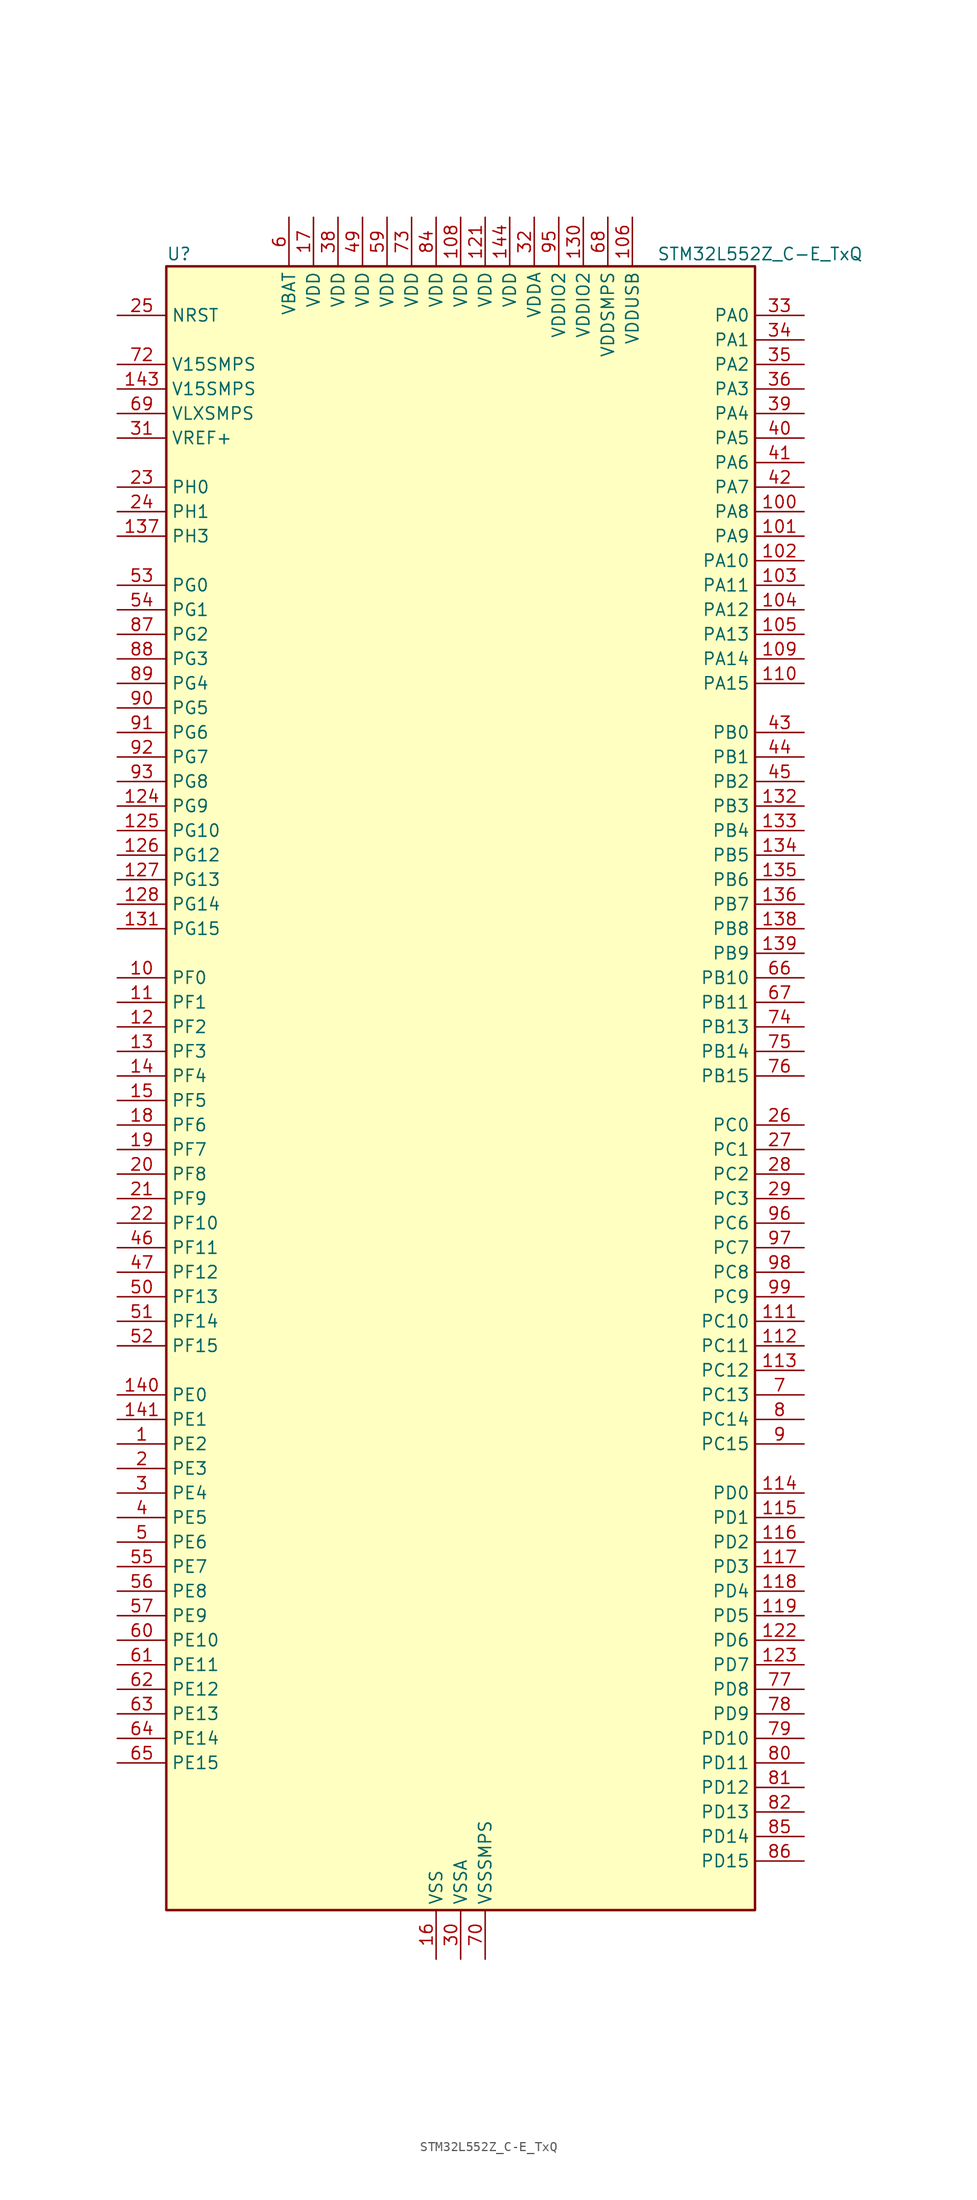
<source format=kicad_sym>
(kicad_symbol_lib
  (version 20241209)
  (generator "kicad_symbol_editor")
  (generator_version "9.0")
  (symbol "STM32L552Z_C-E_TxQ"
    (property "Reference" "U"
      (at -30.48 87.63 0)
      (effects (font (size 1.27 1.27)) (justify left)))
    (property "Value" "STM32L552Z_C-E_TxQ"
      (at 20.32 87.63 0)
      (effects (font (size 1.27 1.27)) (justify left)))
    (symbol "STM32L552Z_C-E_TxQ_0_1"
      (rectangle (start -30.48 -83.82) (end 30.48 86.36) (stroke (width 0.254) (type default)) (fill (type background))))
    (symbol "STM32L552Z_C-E_TxQ_1_1"
      (pin input line (at -35.56 81.28 0) (length 5.08) (name "NRST" (effects (font (size 1.27 1.27)))) (number "25" (effects (font (size 1.27 1.27)))))
      (pin power_in line (at -35.56 76.2 0) (length 5.08) (name "V15SMPS" (effects (font (size 1.27 1.27)))) (number "72" (effects (font (size 1.27 1.27)))))
      (pin power_in line (at -35.56 73.66 0) (length 5.08) (name "V15SMPS" (effects (font (size 1.27 1.27)))) (number "143" (effects (font (size 1.27 1.27)))))
      (pin power_in line (at -35.56 71.12 0) (length 5.08) (name "VLXSMPS" (effects (font (size 1.27 1.27)))) (number "69" (effects (font (size 1.27 1.27)))))
      (pin input line (at -35.56 68.58 0) (length 5.08) (name "VREF+" (effects (font (size 1.27 1.27)))) (number "31" (effects (font (size 1.27 1.27)))) (alternate "VREFBUF_OUT" bidirectional line))
      (pin bidirectional line (at -35.56 63.5 0) (length 5.08) (name "PH0" (effects (font (size 1.27 1.27)))) (number "23" (effects (font (size 1.27 1.27)))) (alternate "RCC_OSC_IN" bidirectional line))
      (pin bidirectional line (at -35.56 60.96 0) (length 5.08) (name "PH1" (effects (font (size 1.27 1.27)))) (number "24" (effects (font (size 1.27 1.27)))) (alternate "RCC_OSC_OUT" bidirectional line))
      (pin bidirectional line (at -35.56 58.42 0) (length 5.08) (name "PH3" (effects (font (size 1.27 1.27)))) (number "137" (effects (font (size 1.27 1.27)))))
      (pin bidirectional line (at -35.56 53.34 0) (length 5.08) (name "PG0" (effects (font (size 1.27 1.27)))) (number "53" (effects (font (size 1.27 1.27)))) (alternate "FMC_A10" bidirectional line) (alternate "TSC_G8_IO3" bidirectional line))
      (pin bidirectional line (at -35.56 50.8 0) (length 5.08) (name "PG1" (effects (font (size 1.27 1.27)))) (number "54" (effects (font (size 1.27 1.27)))) (alternate "FMC_A11" bidirectional line) (alternate "TSC_G8_IO4" bidirectional line))
      (pin bidirectional line (at -35.56 48.26 0) (length 5.08) (name "PG2" (effects (font (size 1.27 1.27)))) (number "87" (effects (font (size 1.27 1.27)))) (alternate "FMC_A12" bidirectional line) (alternate "SAI2_SCK_B" bidirectional line) (alternate "SPI1_SCK" bidirectional line))
      (pin bidirectional line (at -35.56 45.72 0) (length 5.08) (name "PG3" (effects (font (size 1.27 1.27)))) (number "88" (effects (font (size 1.27 1.27)))) (alternate "FMC_A13" bidirectional line) (alternate "SAI2_FS_B" bidirectional line) (alternate "SPI1_MISO" bidirectional line))
      (pin bidirectional line (at -35.56 43.18 0) (length 5.08) (name "PG4" (effects (font (size 1.27 1.27)))) (number "89" (effects (font (size 1.27 1.27)))) (alternate "FMC_A14" bidirectional line) (alternate "SAI2_MCLK_B" bidirectional line) (alternate "SPI1_MOSI" bidirectional line))
      (pin bidirectional line (at -35.56 40.64 0) (length 5.08) (name "PG5" (effects (font (size 1.27 1.27)))) (number "90" (effects (font (size 1.27 1.27)))) (alternate "FMC_A15" bidirectional line) (alternate "LPUART1_CTS" bidirectional line) (alternate "SAI2_SD_B" bidirectional line) (alternate "SPI1_NSS" bidirectional line))
      (pin bidirectional line (at -35.56 38.1 0) (length 5.08) (name "PG6" (effects (font (size 1.27 1.27)))) (number "91" (effects (font (size 1.27 1.27)))) (alternate "I2C3_SMBA" bidirectional line) (alternate "LPUART1_DE" bidirectional line) (alternate "LPUART1_RTS" bidirectional line) (alternate "OCTOSPI1_DQS" bidirectional line) (alternate "UCPD1_FRSTX1" bidirectional line))
      (pin bidirectional line (at -35.56 35.56 0) (length 5.08) (name "PG7" (effects (font (size 1.27 1.27)))) (number "92" (effects (font (size 1.27 1.27)))) (alternate "DFSDM1_CKOUT" bidirectional line) (alternate "FMC_INT" bidirectional line) (alternate "I2C3_SCL" bidirectional line) (alternate "LPUART1_TX" bidirectional line) (alternate "SAI1_CK1" bidirectional line) (alternate "SAI1_MCLK_A" bidirectional line) (alternate "UCPD1_FRSTX2" bidirectional line))
      (pin bidirectional line (at -35.56 33.02 0) (length 5.08) (name "PG8" (effects (font (size 1.27 1.27)))) (number "93" (effects (font (size 1.27 1.27)))) (alternate "I2C3_SDA" bidirectional line) (alternate "LPUART1_RX" bidirectional line))
      (pin bidirectional line (at -35.56 30.48 0) (length 5.08) (name "PG9" (effects (font (size 1.27 1.27)))) (number "124" (effects (font (size 1.27 1.27)))) (alternate "DAC1_EXTI9" bidirectional line) (alternate "FMC_NCE" bidirectional line) (alternate "FMC_NE2" bidirectional line) (alternate "SAI2_SCK_A" bidirectional line) (alternate "SPI3_SCK" bidirectional line) (alternate "TIM15_CH1N" bidirectional line) (alternate "USART1_TX" bidirectional line))
      (pin bidirectional line (at -35.56 27.94 0) (length 5.08) (name "PG10" (effects (font (size 1.27 1.27)))) (number "125" (effects (font (size 1.27 1.27)))) (alternate "FMC_NE3" bidirectional line) (alternate "LPTIM1_IN1" bidirectional line) (alternate "SAI2_FS_A" bidirectional line) (alternate "SPI3_MISO" bidirectional line) (alternate "TIM15_CH1" bidirectional line) (alternate "USART1_RX" bidirectional line))
      (pin bidirectional line (at -35.56 25.4 0) (length 5.08) (name "PG12" (effects (font (size 1.27 1.27)))) (number "126" (effects (font (size 1.27 1.27)))) (alternate "FMC_NE4" bidirectional line) (alternate "LPTIM1_ETR" bidirectional line) (alternate "SAI2_SD_A" bidirectional line) (alternate "SPI3_NSS" bidirectional line) (alternate "USART1_DE" bidirectional line) (alternate "USART1_RTS" bidirectional line))
      (pin bidirectional line (at -35.56 22.86 0) (length 5.08) (name "PG13" (effects (font (size 1.27 1.27)))) (number "127" (effects (font (size 1.27 1.27)))) (alternate "FMC_A24" bidirectional line) (alternate "I2C1_SDA" bidirectional line) (alternate "USART1_CK" bidirectional line))
      (pin bidirectional line (at -35.56 20.32 0) (length 5.08) (name "PG14" (effects (font (size 1.27 1.27)))) (number "128" (effects (font (size 1.27 1.27)))) (alternate "FMC_A25" bidirectional line) (alternate "I2C1_SCL" bidirectional line))
      (pin bidirectional line (at -35.56 17.78 0) (length 5.08) (name "PG15" (effects (font (size 1.27 1.27)))) (number "131" (effects (font (size 1.27 1.27)))) (alternate "ADC1_EXTI15" bidirectional line) (alternate "ADC2_EXTI15" bidirectional line) (alternate "I2C1_SMBA" bidirectional line) (alternate "LPTIM1_OUT" bidirectional line))
      (pin bidirectional line (at -35.56 12.7 0) (length 5.08) (name "PF0" (effects (font (size 1.27 1.27)))) (number "10" (effects (font (size 1.27 1.27)))) (alternate "FMC_A0" bidirectional line) (alternate "I2C2_SDA" bidirectional line))
      (pin bidirectional line (at -35.56 10.16 0) (length 5.08) (name "PF1" (effects (font (size 1.27 1.27)))) (number "11" (effects (font (size 1.27 1.27)))) (alternate "FMC_A1" bidirectional line) (alternate "I2C2_SCL" bidirectional line))
      (pin bidirectional line (at -35.56 7.62 0) (length 5.08) (name "PF2" (effects (font (size 1.27 1.27)))) (number "12" (effects (font (size 1.27 1.27)))) (alternate "FMC_A2" bidirectional line) (alternate "I2C2_SMBA" bidirectional line))
      (pin bidirectional line (at -35.56 5.08 0) (length 5.08) (name "PF3" (effects (font (size 1.27 1.27)))) (number "13" (effects (font (size 1.27 1.27)))) (alternate "FMC_A3" bidirectional line) (alternate "LPTIM3_IN1" bidirectional line))
      (pin bidirectional line (at -35.56 2.54 0) (length 5.08) (name "PF4" (effects (font (size 1.27 1.27)))) (number "14" (effects (font (size 1.27 1.27)))) (alternate "FMC_A4" bidirectional line) (alternate "LPTIM3_ETR" bidirectional line))
      (pin bidirectional line (at -35.56 0 0) (length 5.08) (name "PF5" (effects (font (size 1.27 1.27)))) (number "15" (effects (font (size 1.27 1.27)))) (alternate "FMC_A5" bidirectional line) (alternate "LPTIM3_OUT" bidirectional line))
      (pin bidirectional line (at -35.56 -2.54 0) (length 5.08) (name "PF6" (effects (font (size 1.27 1.27)))) (number "18" (effects (font (size 1.27 1.27)))) (alternate "OCTOSPI1_IO3" bidirectional line) (alternate "SAI1_SD_B" bidirectional line) (alternate "TIM5_CH1" bidirectional line) (alternate "TIM5_ETR" bidirectional line))
      (pin bidirectional line (at -35.56 -5.08 0) (length 5.08) (name "PF7" (effects (font (size 1.27 1.27)))) (number "19" (effects (font (size 1.27 1.27)))) (alternate "OCTOSPI1_IO2" bidirectional line) (alternate "SAI1_MCLK_B" bidirectional line) (alternate "TAMP_IN6" bidirectional line) (alternate "TAMP_OUT3" bidirectional line) (alternate "TIM5_CH2" bidirectional line))
      (pin bidirectional line (at -35.56 -7.62 0) (length 5.08) (name "PF8" (effects (font (size 1.27 1.27)))) (number "20" (effects (font (size 1.27 1.27)))) (alternate "OCTOSPI1_IO0" bidirectional line) (alternate "SAI1_SCK_B" bidirectional line) (alternate "TAMP_IN7" bidirectional line) (alternate "TAMP_OUT8" bidirectional line) (alternate "TIM5_CH3" bidirectional line))
      (pin bidirectional line (at -35.56 -10.16 0) (length 5.08) (name "PF9" (effects (font (size 1.27 1.27)))) (number "21" (effects (font (size 1.27 1.27)))) (alternate "DAC1_EXTI9" bidirectional line) (alternate "OCTOSPI1_IO1" bidirectional line) (alternate "SAI1_FS_B" bidirectional line) (alternate "TAMP_IN8" bidirectional line) (alternate "TAMP_OUT7" bidirectional line) (alternate "TIM15_CH1" bidirectional line) (alternate "TIM5_CH4" bidirectional line))
      (pin bidirectional line (at -35.56 -12.7 0) (length 5.08) (name "PF10" (effects (font (size 1.27 1.27)))) (number "22" (effects (font (size 1.27 1.27)))) (alternate "DFSDM1_CKOUT" bidirectional line) (alternate "OCTOSPI1_CLK" bidirectional line) (alternate "SAI1_D3" bidirectional line) (alternate "TIM15_CH2" bidirectional line))
      (pin bidirectional line (at -35.56 -15.24 0) (length 5.08) (name "PF11" (effects (font (size 1.27 1.27)))) (number "46" (effects (font (size 1.27 1.27)))) (alternate "ADC1_EXTI11" bidirectional line) (alternate "ADC2_EXTI11" bidirectional line) (alternate "OCTOSPI1_NCLK" bidirectional line))
      (pin bidirectional line (at -35.56 -17.78 0) (length 5.08) (name "PF12" (effects (font (size 1.27 1.27)))) (number "47" (effects (font (size 1.27 1.27)))) (alternate "FMC_A6" bidirectional line))
      (pin bidirectional line (at -35.56 -20.32 0) (length 5.08) (name "PF13" (effects (font (size 1.27 1.27)))) (number "50" (effects (font (size 1.27 1.27)))) (alternate "FMC_A7" bidirectional line) (alternate "I2C4_SMBA" bidirectional line))
      (pin bidirectional line (at -35.56 -22.86 0) (length 5.08) (name "PF14" (effects (font (size 1.27 1.27)))) (number "51" (effects (font (size 1.27 1.27)))) (alternate "FMC_A8" bidirectional line) (alternate "I2C4_SCL" bidirectional line) (alternate "TSC_G8_IO1" bidirectional line))
      (pin bidirectional line (at -35.56 -25.4 0) (length 5.08) (name "PF15" (effects (font (size 1.27 1.27)))) (number "52" (effects (font (size 1.27 1.27)))) (alternate "ADC1_EXTI15" bidirectional line) (alternate "ADC2_EXTI15" bidirectional line) (alternate "FMC_A9" bidirectional line) (alternate "I2C4_SDA" bidirectional line) (alternate "TSC_G8_IO2" bidirectional line))
      (pin bidirectional line (at -35.56 -30.48 0) (length 5.08) (name "PE0" (effects (font (size 1.27 1.27)))) (number "140" (effects (font (size 1.27 1.27)))) (alternate "FMC_NBL0" bidirectional line) (alternate "TIM16_CH1" bidirectional line) (alternate "TIM4_ETR" bidirectional line))
      (pin bidirectional line (at -35.56 -33.02 0) (length 5.08) (name "PE1" (effects (font (size 1.27 1.27)))) (number "141" (effects (font (size 1.27 1.27)))) (alternate "FMC_NBL1" bidirectional line) (alternate "TIM17_CH1" bidirectional line))
      (pin bidirectional line (at -35.56 -35.56 0) (length 5.08) (name "PE2" (effects (font (size 1.27 1.27)))) (number "1" (effects (font (size 1.27 1.27)))) (alternate "DEBUG_TRACECLK" bidirectional line) (alternate "FMC_A23" bidirectional line) (alternate "SAI1_CK1" bidirectional line) (alternate "SAI1_MCLK_A" bidirectional line) (alternate "TIM3_ETR" bidirectional line) (alternate "TSC_G7_IO1" bidirectional line))
      (pin bidirectional line (at -35.56 -38.1 0) (length 5.08) (name "PE3" (effects (font (size 1.27 1.27)))) (number "2" (effects (font (size 1.27 1.27)))) (alternate "DEBUG_TRACED0" bidirectional line) (alternate "FMC_A19" bidirectional line) (alternate "OCTOSPI1_DQS" bidirectional line) (alternate "SAI1_SD_B" bidirectional line) (alternate "TIM3_CH1" bidirectional line) (alternate "TSC_G7_IO2" bidirectional line))
      (pin bidirectional line (at -35.56 -40.64 0) (length 5.08) (name "PE4" (effects (font (size 1.27 1.27)))) (number "3" (effects (font (size 1.27 1.27)))) (alternate "DEBUG_TRACED1" bidirectional line) (alternate "DFSDM1_DATIN3" bidirectional line) (alternate "FMC_A20" bidirectional line) (alternate "SAI1_D2" bidirectional line) (alternate "SAI1_FS_A" bidirectional line) (alternate "TIM3_CH2" bidirectional line) (alternate "TSC_G7_IO3" bidirectional line))
      (pin bidirectional line (at -35.56 -43.18 0) (length 5.08) (name "PE5" (effects (font (size 1.27 1.27)))) (number "4" (effects (font (size 1.27 1.27)))) (alternate "DEBUG_TRACED2" bidirectional line) (alternate "DFSDM1_CKIN3" bidirectional line) (alternate "FMC_A21" bidirectional line) (alternate "SAI1_CK2" bidirectional line) (alternate "SAI1_SCK_A" bidirectional line) (alternate "TIM3_CH3" bidirectional line) (alternate "TSC_G7_IO4" bidirectional line))
      (pin bidirectional line (at -35.56 -45.72 0) (length 5.08) (name "PE6" (effects (font (size 1.27 1.27)))) (number "5" (effects (font (size 1.27 1.27)))) (alternate "DEBUG_TRACED3" bidirectional line) (alternate "FMC_A22" bidirectional line) (alternate "PWR_WKUP3" bidirectional line) (alternate "SAI1_D1" bidirectional line) (alternate "SAI1_SD_A" bidirectional line) (alternate "TAMP_IN3" bidirectional line) (alternate "TAMP_OUT6" bidirectional line) (alternate "TIM3_CH4" bidirectional line))
      (pin bidirectional line (at -35.56 -48.26 0) (length 5.08) (name "PE7" (effects (font (size 1.27 1.27)))) (number "55" (effects (font (size 1.27 1.27)))) (alternate "DFSDM1_DATIN2" bidirectional line) (alternate "FMC_D4" bidirectional line) (alternate "FMC_DA4" bidirectional line) (alternate "SAI1_SD_B" bidirectional line) (alternate "TIM1_ETR" bidirectional line))
      (pin bidirectional line (at -35.56 -50.8 0) (length 5.08) (name "PE8" (effects (font (size 1.27 1.27)))) (number "56" (effects (font (size 1.27 1.27)))) (alternate "DFSDM1_CKIN2" bidirectional line) (alternate "FMC_D5" bidirectional line) (alternate "FMC_DA5" bidirectional line) (alternate "SAI1_SCK_B" bidirectional line) (alternate "TIM1_CH1N" bidirectional line))
      (pin bidirectional line (at -35.56 -53.34 0) (length 5.08) (name "PE9" (effects (font (size 1.27 1.27)))) (number "57" (effects (font (size 1.27 1.27)))) (alternate "DAC1_EXTI9" bidirectional line) (alternate "DFSDM1_CKOUT" bidirectional line) (alternate "FMC_D6" bidirectional line) (alternate "FMC_DA6" bidirectional line) (alternate "OCTOSPI1_NCLK" bidirectional line) (alternate "SAI1_FS_B" bidirectional line) (alternate "TIM1_CH1" bidirectional line))
      (pin bidirectional line (at -35.56 -55.88 0) (length 5.08) (name "PE10" (effects (font (size 1.27 1.27)))) (number "60" (effects (font (size 1.27 1.27)))) (alternate "FMC_D7" bidirectional line) (alternate "FMC_DA7" bidirectional line) (alternate "OCTOSPI1_CLK" bidirectional line) (alternate "SAI1_MCLK_B" bidirectional line) (alternate "TIM1_CH2N" bidirectional line) (alternate "TSC_G5_IO1" bidirectional line))
      (pin bidirectional line (at -35.56 -58.42 0) (length 5.08) (name "PE11" (effects (font (size 1.27 1.27)))) (number "61" (effects (font (size 1.27 1.27)))) (alternate "ADC1_EXTI11" bidirectional line) (alternate "ADC2_EXTI11" bidirectional line) (alternate "FMC_D8" bidirectional line) (alternate "FMC_DA8" bidirectional line) (alternate "OCTOSPI1_NCS" bidirectional line) (alternate "TIM1_CH2" bidirectional line) (alternate "TSC_G5_IO2" bidirectional line))
      (pin bidirectional line (at -35.56 -60.96 0) (length 5.08) (name "PE12" (effects (font (size 1.27 1.27)))) (number "62" (effects (font (size 1.27 1.27)))) (alternate "FMC_D9" bidirectional line) (alternate "FMC_DA9" bidirectional line) (alternate "OCTOSPI1_IO0" bidirectional line) (alternate "SPI1_NSS" bidirectional line) (alternate "TIM1_CH3N" bidirectional line) (alternate "TSC_G5_IO3" bidirectional line))
      (pin bidirectional line (at -35.56 -63.5 0) (length 5.08) (name "PE13" (effects (font (size 1.27 1.27)))) (number "63" (effects (font (size 1.27 1.27)))) (alternate "FMC_D10" bidirectional line) (alternate "FMC_DA10" bidirectional line) (alternate "OCTOSPI1_IO1" bidirectional line) (alternate "SPI1_SCK" bidirectional line) (alternate "TIM1_CH3" bidirectional line) (alternate "TSC_G5_IO4" bidirectional line))
      (pin bidirectional line (at -35.56 -66.04 0) (length 5.08) (name "PE14" (effects (font (size 1.27 1.27)))) (number "64" (effects (font (size 1.27 1.27)))) (alternate "FMC_D11" bidirectional line) (alternate "FMC_DA11" bidirectional line) (alternate "OCTOSPI1_IO2" bidirectional line) (alternate "SPI1_MISO" bidirectional line) (alternate "TIM1_BKIN2" bidirectional line) (alternate "TIM1_CH4" bidirectional line))
      (pin bidirectional line (at -35.56 -68.58 0) (length 5.08) (name "PE15" (effects (font (size 1.27 1.27)))) (number "65" (effects (font (size 1.27 1.27)))) (alternate "ADC1_EXTI15" bidirectional line) (alternate "ADC2_EXTI15" bidirectional line) (alternate "FMC_D12" bidirectional line) (alternate "FMC_DA12" bidirectional line) (alternate "OCTOSPI1_IO3" bidirectional line) (alternate "SPI1_MOSI" bidirectional line) (alternate "TIM1_BKIN" bidirectional line))
      (pin power_in line (at -17.78 91.44 270) (length 5.08) (name "VBAT" (effects (font (size 1.27 1.27)))) (number "6" (effects (font (size 1.27 1.27)))))
      (pin power_in line (at -15.24 91.44 270) (length 5.08) (name "VDD" (effects (font (size 1.27 1.27)))) (number "17" (effects (font (size 1.27 1.27)))))
      (pin power_in line (at -12.7 91.44 270) (length 5.08) (name "VDD" (effects (font (size 1.27 1.27)))) (number "38" (effects (font (size 1.27 1.27)))))
      (pin power_in line (at -10.16 91.44 270) (length 5.08) (name "VDD" (effects (font (size 1.27 1.27)))) (number "49" (effects (font (size 1.27 1.27)))))
      (pin power_in line (at -7.62 91.44 270) (length 5.08) (name "VDD" (effects (font (size 1.27 1.27)))) (number "59" (effects (font (size 1.27 1.27)))))
      (pin power_in line (at -5.08 91.44 270) (length 5.08) (name "VDD" (effects (font (size 1.27 1.27)))) (number "73" (effects (font (size 1.27 1.27)))))
      (pin power_in line (at -2.54 91.44 270) (length 5.08) (name "VDD" (effects (font (size 1.27 1.27)))) (number "84" (effects (font (size 1.27 1.27)))))
      (pin passive line (at -2.54 -88.9 90) (length 5.08) (hide yes) (name "VSS" (effects (font (size 1.27 1.27)))) (number "107" (effects (font (size 1.27 1.27)))))
      (pin passive line (at -2.54 -88.9 90) (length 5.08) (hide yes) (name "VSS" (effects (font (size 1.27 1.27)))) (number "120" (effects (font (size 1.27 1.27)))))
      (pin passive line (at -2.54 -88.9 90) (length 5.08) (hide yes) (name "VSS" (effects (font (size 1.27 1.27)))) (number "129" (effects (font (size 1.27 1.27)))))
      (pin passive line (at -2.54 -88.9 90) (length 5.08) (hide yes) (name "VSS" (effects (font (size 1.27 1.27)))) (number "142" (effects (font (size 1.27 1.27)))))
      (pin power_in line (at -2.54 -88.9 90) (length 5.08) (name "VSS" (effects (font (size 1.27 1.27)))) (number "16" (effects (font (size 1.27 1.27)))))
      (pin passive line (at -2.54 -88.9 90) (length 5.08) (hide yes) (name "VSS" (effects (font (size 1.27 1.27)))) (number "37" (effects (font (size 1.27 1.27)))))
      (pin passive line (at -2.54 -88.9 90) (length 5.08) (hide yes) (name "VSS" (effects (font (size 1.27 1.27)))) (number "48" (effects (font (size 1.27 1.27)))))
      (pin passive line (at -2.54 -88.9 90) (length 5.08) (hide yes) (name "VSS" (effects (font (size 1.27 1.27)))) (number "58" (effects (font (size 1.27 1.27)))))
      (pin passive line (at -2.54 -88.9 90) (length 5.08) (hide yes) (name "VSS" (effects (font (size 1.27 1.27)))) (number "71" (effects (font (size 1.27 1.27)))))
      (pin passive line (at -2.54 -88.9 90) (length 5.08) (hide yes) (name "VSS" (effects (font (size 1.27 1.27)))) (number "83" (effects (font (size 1.27 1.27)))))
      (pin passive line (at -2.54 -88.9 90) (length 5.08) (hide yes) (name "VSS" (effects (font (size 1.27 1.27)))) (number "94" (effects (font (size 1.27 1.27)))))
      (pin power_in line (at 0 91.44 270) (length 5.08) (name "VDD" (effects (font (size 1.27 1.27)))) (number "108" (effects (font (size 1.27 1.27)))))
      (pin power_in line (at 0 -88.9 90) (length 5.08) (name "VSSA" (effects (font (size 1.27 1.27)))) (number "30" (effects (font (size 1.27 1.27)))))
      (pin power_in line (at 2.54 91.44 270) (length 5.08) (name "VDD" (effects (font (size 1.27 1.27)))) (number "121" (effects (font (size 1.27 1.27)))))
      (pin power_in line (at 2.54 -88.9 90) (length 5.08) (name "VSSSMPS" (effects (font (size 1.27 1.27)))) (number "70" (effects (font (size 1.27 1.27)))))
      (pin power_in line (at 5.08 91.44 270) (length 5.08) (name "VDD" (effects (font (size 1.27 1.27)))) (number "144" (effects (font (size 1.27 1.27)))))
      (pin power_in line (at 7.62 91.44 270) (length 5.08) (name "VDDA" (effects (font (size 1.27 1.27)))) (number "32" (effects (font (size 1.27 1.27)))))
      (pin power_in line (at 10.16 91.44 270) (length 5.08) (name "VDDIO2" (effects (font (size 1.27 1.27)))) (number "95" (effects (font (size 1.27 1.27)))))
      (pin power_in line (at 12.7 91.44 270) (length 5.08) (name "VDDIO2" (effects (font (size 1.27 1.27)))) (number "130" (effects (font (size 1.27 1.27)))))
      (pin power_in line (at 15.24 91.44 270) (length 5.08) (name "VDDSMPS" (effects (font (size 1.27 1.27)))) (number "68" (effects (font (size 1.27 1.27)))))
      (pin power_in line (at 17.78 91.44 270) (length 5.08) (name "VDDUSB" (effects (font (size 1.27 1.27)))) (number "106" (effects (font (size 1.27 1.27)))))
      (pin bidirectional line (at 35.56 81.28 180) (length 5.08) (name "PA0" (effects (font (size 1.27 1.27)))) (number "33" (effects (font (size 1.27 1.27)))) (alternate "ADC1_IN5" bidirectional line) (alternate "ADC2_IN5" bidirectional line) (alternate "OPAMP1_VINP" bidirectional line) (alternate "PWR_WKUP1" bidirectional line) (alternate "SAI1_EXTCLK" bidirectional line) (alternate "TAMP_IN2" bidirectional line) (alternate "TAMP_OUT1" bidirectional line) (alternate "TIM2_CH1" bidirectional line) (alternate "TIM2_ETR" bidirectional line) (alternate "TIM5_CH1" bidirectional line) (alternate "TIM8_ETR" bidirectional line) (alternate "UART4_TX" bidirectional line) (alternate "USART2_CTS" bidirectional line) (alternate "USART2_NSS" bidirectional line))
      (pin bidirectional line (at 35.56 78.74 180) (length 5.08) (name "PA1" (effects (font (size 1.27 1.27)))) (number "34" (effects (font (size 1.27 1.27)))) (alternate "ADC1_IN6" bidirectional line) (alternate "ADC2_IN6" bidirectional line) (alternate "I2C1_SMBA" bidirectional line) (alternate "OCTOSPI1_DQS" bidirectional line) (alternate "OPAMP1_VINM" bidirectional line) (alternate "SPI1_SCK" bidirectional line) (alternate "TAMP_IN5" bidirectional line) (alternate "TAMP_OUT4" bidirectional line) (alternate "TIM15_CH1N" bidirectional line) (alternate "TIM2_CH2" bidirectional line) (alternate "TIM5_CH2" bidirectional line) (alternate "UART4_RX" bidirectional line) (alternate "USART2_DE" bidirectional line) (alternate "USART2_RTS" bidirectional line))
      (pin bidirectional line (at 35.56 76.2 180) (length 5.08) (name "PA2" (effects (font (size 1.27 1.27)))) (number "35" (effects (font (size 1.27 1.27)))) (alternate "ADC1_IN7" bidirectional line) (alternate "ADC2_IN7" bidirectional line) (alternate "COMP1_INP" bidirectional line) (alternate "LPUART1_TX" bidirectional line) (alternate "OCTOSPI1_NCS" bidirectional line) (alternate "PWR_WKUP4" bidirectional line) (alternate "RCC_LSCO" bidirectional line) (alternate "SAI2_EXTCLK" bidirectional line) (alternate "TIM15_CH1" bidirectional line) (alternate "TIM2_CH3" bidirectional line) (alternate "TIM5_CH3" bidirectional line) (alternate "UCPD1_FRSTX1" bidirectional line) (alternate "USART2_TX" bidirectional line))
      (pin bidirectional line (at 35.56 73.66 180) (length 5.08) (name "PA3" (effects (font (size 1.27 1.27)))) (number "36" (effects (font (size 1.27 1.27)))) (alternate "ADC1_IN8" bidirectional line) (alternate "ADC2_IN8" bidirectional line) (alternate "LPUART1_RX" bidirectional line) (alternate "OCTOSPI1_CLK" bidirectional line) (alternate "OPAMP1_VOUT" bidirectional line) (alternate "SAI1_CK1" bidirectional line) (alternate "SAI1_MCLK_A" bidirectional line) (alternate "TIM15_CH2" bidirectional line) (alternate "TIM2_CH4" bidirectional line) (alternate "TIM5_CH4" bidirectional line) (alternate "USART2_RX" bidirectional line))
      (pin bidirectional line (at 35.56 71.12 180) (length 5.08) (name "PA4" (effects (font (size 1.27 1.27)))) (number "39" (effects (font (size 1.27 1.27)))) (alternate "ADC1_IN9" bidirectional line) (alternate "ADC2_IN9" bidirectional line) (alternate "DAC1_OUT1" bidirectional line) (alternate "LPTIM2_OUT" bidirectional line) (alternate "OCTOSPI1_NCS" bidirectional line) (alternate "SAI1_FS_B" bidirectional line) (alternate "SPI1_NSS" bidirectional line) (alternate "SPI3_NSS" bidirectional line) (alternate "USART2_CK" bidirectional line))
      (pin bidirectional line (at 35.56 68.58 180) (length 5.08) (name "PA5" (effects (font (size 1.27 1.27)))) (number "40" (effects (font (size 1.27 1.27)))) (alternate "ADC1_IN10" bidirectional line) (alternate "ADC2_IN10" bidirectional line) (alternate "DAC1_OUT2" bidirectional line) (alternate "LPTIM2_ETR" bidirectional line) (alternate "SPI1_SCK" bidirectional line) (alternate "TIM2_CH1" bidirectional line) (alternate "TIM2_ETR" bidirectional line) (alternate "TIM8_CH1N" bidirectional line))
      (pin bidirectional line (at 35.56 66.04 180) (length 5.08) (name "PA6" (effects (font (size 1.27 1.27)))) (number "41" (effects (font (size 1.27 1.27)))) (alternate "ADC1_IN11" bidirectional line) (alternate "ADC2_IN11" bidirectional line) (alternate "LPUART1_CTS" bidirectional line) (alternate "OCTOSPI1_IO3" bidirectional line) (alternate "OPAMP2_VINP" bidirectional line) (alternate "SPI1_MISO" bidirectional line) (alternate "TIM16_CH1" bidirectional line) (alternate "TIM1_BKIN" bidirectional line) (alternate "TIM3_CH1" bidirectional line) (alternate "TIM8_BKIN" bidirectional line) (alternate "USART3_CTS" bidirectional line) (alternate "USART3_NSS" bidirectional line))
      (pin bidirectional line (at 35.56 63.5 180) (length 5.08) (name "PA7" (effects (font (size 1.27 1.27)))) (number "42" (effects (font (size 1.27 1.27)))) (alternate "ADC1_IN12" bidirectional line) (alternate "ADC2_IN12" bidirectional line) (alternate "I2C3_SCL" bidirectional line) (alternate "OCTOSPI1_IO2" bidirectional line) (alternate "OPAMP2_VINM" bidirectional line) (alternate "SPI1_MOSI" bidirectional line) (alternate "TIM17_CH1" bidirectional line) (alternate "TIM1_CH1N" bidirectional line) (alternate "TIM3_CH2" bidirectional line) (alternate "TIM8_CH1N" bidirectional line))
      (pin bidirectional line (at 35.56 60.96 180) (length 5.08) (name "PA8" (effects (font (size 1.27 1.27)))) (number "100" (effects (font (size 1.27 1.27)))) (alternate "LPTIM2_OUT" bidirectional line) (alternate "RCC_MCO" bidirectional line) (alternate "SAI1_CK2" bidirectional line) (alternate "SAI1_SCK_A" bidirectional line) (alternate "TIM1_CH1" bidirectional line) (alternate "USART1_CK" bidirectional line))
      (pin bidirectional line (at 35.56 58.42 180) (length 5.08) (name "PA9" (effects (font (size 1.27 1.27)))) (number "101" (effects (font (size 1.27 1.27)))) (alternate "DAC1_EXTI9" bidirectional line) (alternate "SAI1_FS_A" bidirectional line) (alternate "SPI2_SCK" bidirectional line) (alternate "TIM15_BKIN" bidirectional line) (alternate "TIM1_CH2" bidirectional line) (alternate "USART1_TX" bidirectional line))
      (pin bidirectional line (at 35.56 55.88 180) (length 5.08) (name "PA10" (effects (font (size 1.27 1.27)))) (number "102" (effects (font (size 1.27 1.27)))) (alternate "CRS_SYNC" bidirectional line) (alternate "SAI1_D1" bidirectional line) (alternate "SAI1_SD_A" bidirectional line) (alternate "TIM17_BKIN" bidirectional line) (alternate "TIM1_CH3" bidirectional line) (alternate "USART1_RX" bidirectional line))
      (pin bidirectional line (at 35.56 53.34 180) (length 5.08) (name "PA11" (effects (font (size 1.27 1.27)))) (number "103" (effects (font (size 1.27 1.27)))) (alternate "ADC1_EXTI11" bidirectional line) (alternate "ADC2_EXTI11" bidirectional line) (alternate "FDCAN1_RX" bidirectional line) (alternate "SPI1_MISO" bidirectional line) (alternate "TIM1_BKIN2" bidirectional line) (alternate "TIM1_CH4" bidirectional line) (alternate "USART1_CTS" bidirectional line) (alternate "USART1_NSS" bidirectional line) (alternate "USB_DM" bidirectional line))
      (pin bidirectional line (at 35.56 50.8 180) (length 5.08) (name "PA12" (effects (font (size 1.27 1.27)))) (number "104" (effects (font (size 1.27 1.27)))) (alternate "FDCAN1_TX" bidirectional line) (alternate "SPI1_MOSI" bidirectional line) (alternate "TIM1_ETR" bidirectional line) (alternate "USART1_DE" bidirectional line) (alternate "USART1_RTS" bidirectional line) (alternate "USB_DP" bidirectional line))
      (pin bidirectional line (at 35.56 48.26 180) (length 5.08) (name "PA13" (effects (font (size 1.27 1.27)))) (number "105" (effects (font (size 1.27 1.27)))) (alternate "DEBUG_JTMS-SWDIO" bidirectional line) (alternate "IR_OUT" bidirectional line) (alternate "SAI1_SD_B" bidirectional line) (alternate "USB_NOE" bidirectional line))
      (pin bidirectional line (at 35.56 45.72 180) (length 5.08) (name "PA14" (effects (font (size 1.27 1.27)))) (number "109" (effects (font (size 1.27 1.27)))) (alternate "DEBUG_JTCK-SWCLK" bidirectional line) (alternate "I2C1_SMBA" bidirectional line) (alternate "I2C4_SMBA" bidirectional line) (alternate "LPTIM1_OUT" bidirectional line) (alternate "SAI1_FS_B" bidirectional line))
      (pin bidirectional line (at 35.56 43.18 180) (length 5.08) (name "PA15" (effects (font (size 1.27 1.27)))) (number "110" (effects (font (size 1.27 1.27)))) (alternate "ADC1_EXTI15" bidirectional line) (alternate "ADC2_EXTI15" bidirectional line) (alternate "DEBUG_JTDI" bidirectional line) (alternate "SAI2_FS_B" bidirectional line) (alternate "SPI1_NSS" bidirectional line) (alternate "SPI3_NSS" bidirectional line) (alternate "TIM2_CH1" bidirectional line) (alternate "TIM2_ETR" bidirectional line) (alternate "UART4_DE" bidirectional line) (alternate "UART4_RTS" bidirectional line) (alternate "UCPD1_CC1" bidirectional line) (alternate "USART2_RX" bidirectional line) (alternate "USART3_DE" bidirectional line) (alternate "USART3_RTS" bidirectional line))
      (pin bidirectional line (at 35.56 38.1 180) (length 5.08) (name "PB0" (effects (font (size 1.27 1.27)))) (number "43" (effects (font (size 1.27 1.27)))) (alternate "ADC1_IN15" bidirectional line) (alternate "ADC2_IN15" bidirectional line) (alternate "COMP1_OUT" bidirectional line) (alternate "OCTOSPI1_IO1" bidirectional line) (alternate "OPAMP2_VOUT" bidirectional line) (alternate "SAI1_EXTCLK" bidirectional line) (alternate "SPI1_NSS" bidirectional line) (alternate "TIM1_CH2N" bidirectional line) (alternate "TIM3_CH3" bidirectional line) (alternate "TIM8_CH2N" bidirectional line) (alternate "USART3_CK" bidirectional line))
      (pin bidirectional line (at 35.56 35.56 180) (length 5.08) (name "PB1" (effects (font (size 1.27 1.27)))) (number "44" (effects (font (size 1.27 1.27)))) (alternate "ADC1_IN16" bidirectional line) (alternate "ADC2_IN16" bidirectional line) (alternate "COMP1_INM" bidirectional line) (alternate "DFSDM1_DATIN0" bidirectional line) (alternate "LPTIM2_IN1" bidirectional line) (alternate "LPUART1_DE" bidirectional line) (alternate "LPUART1_RTS" bidirectional line) (alternate "OCTOSPI1_IO0" bidirectional line) (alternate "TIM1_CH3N" bidirectional line) (alternate "TIM3_CH4" bidirectional line) (alternate "TIM8_CH3N" bidirectional line) (alternate "USART3_DE" bidirectional line) (alternate "USART3_RTS" bidirectional line))
      (pin bidirectional line (at 35.56 33.02 180) (length 5.08) (name "PB2" (effects (font (size 1.27 1.27)))) (number "45" (effects (font (size 1.27 1.27)))) (alternate "COMP1_INP" bidirectional line) (alternate "DFSDM1_CKIN0" bidirectional line) (alternate "I2C3_SMBA" bidirectional line) (alternate "LPTIM1_OUT" bidirectional line) (alternate "OCTOSPI1_DQS" bidirectional line) (alternate "RTC_OUT2" bidirectional line) (alternate "UCPD1_FRSTX1" bidirectional line))
      (pin bidirectional line (at 35.56 30.48 180) (length 5.08) (name "PB3" (effects (font (size 1.27 1.27)))) (number "132" (effects (font (size 1.27 1.27)))) (alternate "COMP2_INM" bidirectional line) (alternate "CRS_SYNC" bidirectional line) (alternate "DEBUG_JTDO-SWO" bidirectional line) (alternate "SAI1_SCK_B" bidirectional line) (alternate "SPI1_SCK" bidirectional line) (alternate "SPI3_SCK" bidirectional line) (alternate "TIM2_CH2" bidirectional line) (alternate "USART1_DE" bidirectional line) (alternate "USART1_RTS" bidirectional line))
      (pin bidirectional line (at 35.56 27.94 180) (length 5.08) (name "PB4" (effects (font (size 1.27 1.27)))) (number "133" (effects (font (size 1.27 1.27)))) (alternate "COMP2_INP" bidirectional line) (alternate "DEBUG_JTRST" bidirectional line) (alternate "I2C3_SDA" bidirectional line) (alternate "SAI1_MCLK_B" bidirectional line) (alternate "SPI1_MISO" bidirectional line) (alternate "SPI3_MISO" bidirectional line) (alternate "TIM17_BKIN" bidirectional line) (alternate "TIM3_CH1" bidirectional line) (alternate "TSC_G2_IO1" bidirectional line) (alternate "UART5_DE" bidirectional line) (alternate "UART5_RTS" bidirectional line) (alternate "USART1_CTS" bidirectional line) (alternate "USART1_NSS" bidirectional line))
      (pin bidirectional line (at 35.56 25.4 180) (length 5.08) (name "PB5" (effects (font (size 1.27 1.27)))) (number "134" (effects (font (size 1.27 1.27)))) (alternate "COMP2_OUT" bidirectional line) (alternate "I2C1_SMBA" bidirectional line) (alternate "LPTIM1_IN1" bidirectional line) (alternate "OCTOSPI1_NCLK" bidirectional line) (alternate "SAI1_SD_B" bidirectional line) (alternate "SPI1_MOSI" bidirectional line) (alternate "SPI3_MOSI" bidirectional line) (alternate "TIM16_BKIN" bidirectional line) (alternate "TIM3_CH2" bidirectional line) (alternate "TSC_G2_IO2" bidirectional line) (alternate "UART5_CTS" bidirectional line) (alternate "UCPD1_DBCC1" bidirectional line) (alternate "USART1_CK" bidirectional line))
      (pin bidirectional line (at 35.56 22.86 180) (length 5.08) (name "PB6" (effects (font (size 1.27 1.27)))) (number "135" (effects (font (size 1.27 1.27)))) (alternate "COMP2_INP" bidirectional line) (alternate "I2C1_SCL" bidirectional line) (alternate "I2C4_SCL" bidirectional line) (alternate "LPTIM1_ETR" bidirectional line) (alternate "SAI1_FS_B" bidirectional line) (alternate "TIM16_CH1N" bidirectional line) (alternate "TIM4_CH1" bidirectional line) (alternate "TIM8_BKIN2" bidirectional line) (alternate "TSC_G2_IO3" bidirectional line) (alternate "USART1_TX" bidirectional line))
      (pin bidirectional line (at 35.56 20.32 180) (length 5.08) (name "PB7" (effects (font (size 1.27 1.27)))) (number "136" (effects (font (size 1.27 1.27)))) (alternate "COMP2_INM" bidirectional line) (alternate "FMC_NL" bidirectional line) (alternate "I2C1_SDA" bidirectional line) (alternate "I2C4_SDA" bidirectional line) (alternate "LPTIM1_IN2" bidirectional line) (alternate "PWR_PVD_IN" bidirectional line) (alternate "TIM17_CH1N" bidirectional line) (alternate "TIM4_CH2" bidirectional line) (alternate "TIM8_BKIN" bidirectional line) (alternate "TSC_G2_IO4" bidirectional line) (alternate "UART4_CTS" bidirectional line) (alternate "USART1_RX" bidirectional line))
      (pin bidirectional line (at 35.56 17.78 180) (length 5.08) (name "PB8" (effects (font (size 1.27 1.27)))) (number "138" (effects (font (size 1.27 1.27)))) (alternate "DFSDM1_CKOUT" bidirectional line) (alternate "FDCAN1_RX" bidirectional line) (alternate "I2C1_SCL" bidirectional line) (alternate "SAI1_CK1" bidirectional line) (alternate "SAI1_MCLK_A" bidirectional line) (alternate "SDMMC1_CKIN" bidirectional line) (alternate "SDMMC1_D4" bidirectional line) (alternate "TIM16_CH1" bidirectional line) (alternate "TIM4_CH3" bidirectional line))
      (pin bidirectional line (at 35.56 15.24 180) (length 5.08) (name "PB9" (effects (font (size 1.27 1.27)))) (number "139" (effects (font (size 1.27 1.27)))) (alternate "DAC1_EXTI9" bidirectional line) (alternate "FDCAN1_TX" bidirectional line) (alternate "I2C1_SDA" bidirectional line) (alternate "IR_OUT" bidirectional line) (alternate "SAI1_D2" bidirectional line) (alternate "SAI1_FS_A" bidirectional line) (alternate "SDMMC1_CDIR" bidirectional line) (alternate "SDMMC1_D5" bidirectional line) (alternate "SPI2_NSS" bidirectional line) (alternate "TIM17_CH1" bidirectional line) (alternate "TIM4_CH4" bidirectional line))
      (pin bidirectional line (at 35.56 12.7 180) (length 5.08) (name "PB10" (effects (font (size 1.27 1.27)))) (number "66" (effects (font (size 1.27 1.27)))) (alternate "COMP1_OUT" bidirectional line) (alternate "I2C2_SCL" bidirectional line) (alternate "I2C4_SCL" bidirectional line) (alternate "LPTIM3_OUT" bidirectional line) (alternate "LPUART1_RX" bidirectional line) (alternate "OCTOSPI1_CLK" bidirectional line) (alternate "SAI1_SCK_A" bidirectional line) (alternate "SPI2_SCK" bidirectional line) (alternate "TIM2_CH3" bidirectional line) (alternate "TSC_SYNC" bidirectional line) (alternate "USART3_TX" bidirectional line))
      (pin bidirectional line (at 35.56 10.16 180) (length 5.08) (name "PB11" (effects (font (size 1.27 1.27)))) (number "67" (effects (font (size 1.27 1.27)))) (alternate "ADC1_EXTI11" bidirectional line) (alternate "ADC2_EXTI11" bidirectional line) (alternate "COMP2_OUT" bidirectional line) (alternate "I2C2_SDA" bidirectional line) (alternate "I2C4_SDA" bidirectional line) (alternate "LPUART1_TX" bidirectional line) (alternate "OCTOSPI1_NCS" bidirectional line) (alternate "TIM2_CH4" bidirectional line) (alternate "USART3_RX" bidirectional line))
      (pin bidirectional line (at 35.56 7.62 180) (length 5.08) (name "PB13" (effects (font (size 1.27 1.27)))) (number "74" (effects (font (size 1.27 1.27)))) (alternate "DFSDM1_CKIN1" bidirectional line) (alternate "I2C2_SCL" bidirectional line) (alternate "LPTIM3_IN1" bidirectional line) (alternate "LPUART1_CTS" bidirectional line) (alternate "SAI2_SCK_A" bidirectional line) (alternate "SPI2_SCK" bidirectional line) (alternate "TIM15_CH1N" bidirectional line) (alternate "TIM1_CH1N" bidirectional line) (alternate "TSC_G1_IO2" bidirectional line) (alternate "UCPD1_FRSTX2" bidirectional line) (alternate "USART3_CTS" bidirectional line) (alternate "USART3_NSS" bidirectional line))
      (pin bidirectional line (at 35.56 5.08 180) (length 5.08) (name "PB14" (effects (font (size 1.27 1.27)))) (number "75" (effects (font (size 1.27 1.27)))) (alternate "DFSDM1_DATIN2" bidirectional line) (alternate "I2C2_SDA" bidirectional line) (alternate "LPTIM3_ETR" bidirectional line) (alternate "SAI2_MCLK_A" bidirectional line) (alternate "SPI2_MISO" bidirectional line) (alternate "TIM15_CH1" bidirectional line) (alternate "TIM1_CH2N" bidirectional line) (alternate "TIM8_CH2N" bidirectional line) (alternate "TSC_G1_IO3" bidirectional line) (alternate "UCPD1_DBCC2" bidirectional line) (alternate "USART3_DE" bidirectional line) (alternate "USART3_RTS" bidirectional line))
      (pin bidirectional line (at 35.56 2.54 180) (length 5.08) (name "PB15" (effects (font (size 1.27 1.27)))) (number "76" (effects (font (size 1.27 1.27)))) (alternate "ADC1_EXTI15" bidirectional line) (alternate "ADC2_EXTI15" bidirectional line) (alternate "DFSDM1_CKIN2" bidirectional line) (alternate "RTC_REFIN" bidirectional line) (alternate "SAI2_SD_A" bidirectional line) (alternate "SPI2_MOSI" bidirectional line) (alternate "TIM15_CH2" bidirectional line) (alternate "TIM1_CH3N" bidirectional line) (alternate "TIM8_CH3N" bidirectional line) (alternate "UCPD1_CC2" bidirectional line))
      (pin bidirectional line (at 35.56 -2.54 180) (length 5.08) (name "PC0" (effects (font (size 1.27 1.27)))) (number "26" (effects (font (size 1.27 1.27)))) (alternate "ADC1_IN1" bidirectional line) (alternate "ADC2_IN1" bidirectional line) (alternate "I2C3_SCL" bidirectional line) (alternate "LPTIM1_IN1" bidirectional line) (alternate "LPTIM2_IN1" bidirectional line) (alternate "LPUART1_RX" bidirectional line) (alternate "OCTOSPI1_IO7" bidirectional line) (alternate "SAI2_FS_A" bidirectional line) (alternate "SDMMC1_D5" bidirectional line))
      (pin bidirectional line (at 35.56 -5.08 180) (length 5.08) (name "PC1" (effects (font (size 1.27 1.27)))) (number "27" (effects (font (size 1.27 1.27)))) (alternate "ADC1_IN2" bidirectional line) (alternate "ADC2_IN2" bidirectional line) (alternate "DEBUG_TRACED0" bidirectional line) (alternate "I2C3_SDA" bidirectional line) (alternate "LPTIM1_OUT" bidirectional line) (alternate "LPUART1_TX" bidirectional line) (alternate "OCTOSPI1_IO4" bidirectional line) (alternate "SAI1_SD_A" bidirectional line) (alternate "SPI2_MOSI" bidirectional line))
      (pin bidirectional line (at 35.56 -7.62 180) (length 5.08) (name "PC2" (effects (font (size 1.27 1.27)))) (number "28" (effects (font (size 1.27 1.27)))) (alternate "ADC1_IN3" bidirectional line) (alternate "ADC2_IN3" bidirectional line) (alternate "DFSDM1_CKOUT" bidirectional line) (alternate "LPTIM1_IN2" bidirectional line) (alternate "OCTOSPI1_IO5" bidirectional line) (alternate "SPI2_MISO" bidirectional line))
      (pin bidirectional line (at 35.56 -10.16 180) (length 5.08) (name "PC3" (effects (font (size 1.27 1.27)))) (number "29" (effects (font (size 1.27 1.27)))) (alternate "ADC1_IN4" bidirectional line) (alternate "ADC2_IN4" bidirectional line) (alternate "LPTIM1_ETR" bidirectional line) (alternate "LPTIM2_ETR" bidirectional line) (alternate "LPTIM3_OUT" bidirectional line) (alternate "OCTOSPI1_IO6" bidirectional line) (alternate "SAI1_D1" bidirectional line) (alternate "SAI1_SD_A" bidirectional line) (alternate "SPI2_MOSI" bidirectional line))
      (pin bidirectional line (at 35.56 -12.7 180) (length 5.08) (name "PC6" (effects (font (size 1.27 1.27)))) (number "96" (effects (font (size 1.27 1.27)))) (alternate "DFSDM1_CKIN3" bidirectional line) (alternate "SAI2_MCLK_A" bidirectional line) (alternate "SDMMC1_D0DIR" bidirectional line) (alternate "SDMMC1_D6" bidirectional line) (alternate "TIM3_CH1" bidirectional line) (alternate "TIM8_CH1" bidirectional line) (alternate "TSC_G4_IO1" bidirectional line))
      (pin bidirectional line (at 35.56 -15.24 180) (length 5.08) (name "PC7" (effects (font (size 1.27 1.27)))) (number "97" (effects (font (size 1.27 1.27)))) (alternate "DFSDM1_DATIN3" bidirectional line) (alternate "SAI2_MCLK_B" bidirectional line) (alternate "SDMMC1_D123DIR" bidirectional line) (alternate "SDMMC1_D7" bidirectional line) (alternate "TIM3_CH2" bidirectional line) (alternate "TIM8_CH2" bidirectional line) (alternate "TSC_G4_IO2" bidirectional line))
      (pin bidirectional line (at 35.56 -17.78 180) (length 5.08) (name "PC8" (effects (font (size 1.27 1.27)))) (number "98" (effects (font (size 1.27 1.27)))) (alternate "SDMMC1_D0" bidirectional line) (alternate "TIM3_CH3" bidirectional line) (alternate "TIM8_CH3" bidirectional line) (alternate "TSC_G4_IO3" bidirectional line))
      (pin bidirectional line (at 35.56 -20.32 180) (length 5.08) (name "PC9" (effects (font (size 1.27 1.27)))) (number "99" (effects (font (size 1.27 1.27)))) (alternate "DAC1_EXTI9" bidirectional line) (alternate "DEBUG_TRACED0" bidirectional line) (alternate "SAI2_EXTCLK" bidirectional line) (alternate "SDMMC1_D1" bidirectional line) (alternate "TIM3_CH4" bidirectional line) (alternate "TIM8_BKIN2" bidirectional line) (alternate "TIM8_CH4" bidirectional line) (alternate "TSC_G4_IO4" bidirectional line) (alternate "USB_NOE" bidirectional line))
      (pin bidirectional line (at 35.56 -22.86 180) (length 5.08) (name "PC10" (effects (font (size 1.27 1.27)))) (number "111" (effects (font (size 1.27 1.27)))) (alternate "DEBUG_TRACED1" bidirectional line) (alternate "LPTIM3_ETR" bidirectional line) (alternate "SAI2_SCK_B" bidirectional line) (alternate "SDMMC1_D2" bidirectional line) (alternate "SPI3_SCK" bidirectional line) (alternate "TSC_G3_IO2" bidirectional line) (alternate "UART4_TX" bidirectional line) (alternate "USART3_TX" bidirectional line))
      (pin bidirectional line (at 35.56 -25.4 180) (length 5.08) (name "PC11" (effects (font (size 1.27 1.27)))) (number "112" (effects (font (size 1.27 1.27)))) (alternate "ADC1_EXTI11" bidirectional line) (alternate "ADC2_EXTI11" bidirectional line) (alternate "LPTIM3_IN1" bidirectional line) (alternate "OCTOSPI1_NCS" bidirectional line) (alternate "SAI2_MCLK_B" bidirectional line) (alternate "SDMMC1_D3" bidirectional line) (alternate "SPI3_MISO" bidirectional line) (alternate "TSC_G3_IO3" bidirectional line) (alternate "UART4_RX" bidirectional line) (alternate "UCPD1_FRSTX2" bidirectional line) (alternate "USART3_RX" bidirectional line))
      (pin bidirectional line (at 35.56 -27.94 180) (length 5.08) (name "PC12" (effects (font (size 1.27 1.27)))) (number "113" (effects (font (size 1.27 1.27)))) (alternate "DEBUG_TRACED3" bidirectional line) (alternate "SAI2_SD_B" bidirectional line) (alternate "SDMMC1_CK" bidirectional line) (alternate "SPI3_MOSI" bidirectional line) (alternate "TSC_G3_IO4" bidirectional line) (alternate "UART5_TX" bidirectional line) (alternate "USART3_CK" bidirectional line))
      (pin bidirectional line (at 35.56 -30.48 180) (length 5.08) (name "PC13" (effects (font (size 1.27 1.27)))) (number "7" (effects (font (size 1.27 1.27)))) (alternate "PWR_WKUP2" bidirectional line) (alternate "RTC_OUT1" bidirectional line) (alternate "RTC_TS" bidirectional line) (alternate "TAMP_IN1" bidirectional line) (alternate "TAMP_OUT2" bidirectional line))
      (pin bidirectional line (at 35.56 -33.02 180) (length 5.08) (name "PC14" (effects (font (size 1.27 1.27)))) (number "8" (effects (font (size 1.27 1.27)))) (alternate "RCC_OSC32_IN" bidirectional line))
      (pin bidirectional line (at 35.56 -35.56 180) (length 5.08) (name "PC15" (effects (font (size 1.27 1.27)))) (number "9" (effects (font (size 1.27 1.27)))) (alternate "ADC1_EXTI15" bidirectional line) (alternate "ADC2_EXTI15" bidirectional line) (alternate "RCC_OSC32_OUT" bidirectional line))
      (pin bidirectional line (at 35.56 -40.64 180) (length 5.08) (name "PD0" (effects (font (size 1.27 1.27)))) (number "114" (effects (font (size 1.27 1.27)))) (alternate "FDCAN1_RX" bidirectional line) (alternate "FMC_D2" bidirectional line) (alternate "FMC_DA2" bidirectional line) (alternate "SPI2_NSS" bidirectional line))
      (pin bidirectional line (at 35.56 -43.18 180) (length 5.08) (name "PD1" (effects (font (size 1.27 1.27)))) (number "115" (effects (font (size 1.27 1.27)))) (alternate "FDCAN1_TX" bidirectional line) (alternate "FMC_D3" bidirectional line) (alternate "FMC_DA3" bidirectional line) (alternate "SPI2_SCK" bidirectional line))
      (pin bidirectional line (at 35.56 -45.72 180) (length 5.08) (name "PD2" (effects (font (size 1.27 1.27)))) (number "116" (effects (font (size 1.27 1.27)))) (alternate "DEBUG_TRACED2" bidirectional line) (alternate "SDMMC1_CMD" bidirectional line) (alternate "TIM3_ETR" bidirectional line) (alternate "TSC_SYNC" bidirectional line) (alternate "UART5_RX" bidirectional line) (alternate "USART3_DE" bidirectional line) (alternate "USART3_RTS" bidirectional line))
      (pin bidirectional line (at 35.56 -48.26 180) (length 5.08) (name "PD3" (effects (font (size 1.27 1.27)))) (number "117" (effects (font (size 1.27 1.27)))) (alternate "DFSDM1_DATIN0" bidirectional line) (alternate "FMC_CLK" bidirectional line) (alternate "SPI2_MISO" bidirectional line) (alternate "SPI2_SCK" bidirectional line) (alternate "USART2_CTS" bidirectional line) (alternate "USART2_NSS" bidirectional line))
      (pin bidirectional line (at 35.56 -50.8 180) (length 5.08) (name "PD4" (effects (font (size 1.27 1.27)))) (number "118" (effects (font (size 1.27 1.27)))) (alternate "DFSDM1_CKIN0" bidirectional line) (alternate "FMC_NOE" bidirectional line) (alternate "OCTOSPI1_IO4" bidirectional line) (alternate "SPI2_MOSI" bidirectional line) (alternate "USART2_DE" bidirectional line) (alternate "USART2_RTS" bidirectional line))
      (pin bidirectional line (at 35.56 -53.34 180) (length 5.08) (name "PD5" (effects (font (size 1.27 1.27)))) (number "119" (effects (font (size 1.27 1.27)))) (alternate "FMC_NWE" bidirectional line) (alternate "OCTOSPI1_IO5" bidirectional line) (alternate "USART2_TX" bidirectional line))
      (pin bidirectional line (at 35.56 -55.88 180) (length 5.08) (name "PD6" (effects (font (size 1.27 1.27)))) (number "122" (effects (font (size 1.27 1.27)))) (alternate "DFSDM1_DATIN1" bidirectional line) (alternate "FMC_NWAIT" bidirectional line) (alternate "OCTOSPI1_IO6" bidirectional line) (alternate "SAI1_D1" bidirectional line) (alternate "SAI1_SD_A" bidirectional line) (alternate "SPI3_MOSI" bidirectional line) (alternate "USART2_RX" bidirectional line))
      (pin bidirectional line (at 35.56 -58.42 180) (length 5.08) (name "PD7" (effects (font (size 1.27 1.27)))) (number "123" (effects (font (size 1.27 1.27)))) (alternate "DFSDM1_CKIN1" bidirectional line) (alternate "FMC_NCE" bidirectional line) (alternate "FMC_NE1" bidirectional line) (alternate "OCTOSPI1_IO7" bidirectional line) (alternate "USART2_CK" bidirectional line))
      (pin bidirectional line (at 35.56 -60.96 180) (length 5.08) (name "PD8" (effects (font (size 1.27 1.27)))) (number "77" (effects (font (size 1.27 1.27)))) (alternate "FMC_D13" bidirectional line) (alternate "FMC_DA13" bidirectional line) (alternate "USART3_TX" bidirectional line))
      (pin bidirectional line (at 35.56 -63.5 180) (length 5.08) (name "PD9" (effects (font (size 1.27 1.27)))) (number "78" (effects (font (size 1.27 1.27)))) (alternate "DAC1_EXTI9" bidirectional line) (alternate "FMC_D14" bidirectional line) (alternate "FMC_DA14" bidirectional line) (alternate "SAI2_MCLK_A" bidirectional line) (alternate "USART3_RX" bidirectional line))
      (pin bidirectional line (at 35.56 -66.04 180) (length 5.08) (name "PD10" (effects (font (size 1.27 1.27)))) (number "79" (effects (font (size 1.27 1.27)))) (alternate "FMC_D15" bidirectional line) (alternate "FMC_DA15" bidirectional line) (alternate "SAI2_SCK_A" bidirectional line) (alternate "TSC_G6_IO1" bidirectional line) (alternate "USART3_CK" bidirectional line))
      (pin bidirectional line (at 35.56 -68.58 180) (length 5.08) (name "PD11" (effects (font (size 1.27 1.27)))) (number "80" (effects (font (size 1.27 1.27)))) (alternate "ADC1_EXTI11" bidirectional line) (alternate "ADC2_EXTI11" bidirectional line) (alternate "FMC_A16" bidirectional line) (alternate "FMC_CLE" bidirectional line) (alternate "I2C4_SMBA" bidirectional line) (alternate "LPTIM2_ETR" bidirectional line) (alternate "SAI2_SD_A" bidirectional line) (alternate "TSC_G6_IO2" bidirectional line) (alternate "USART3_CTS" bidirectional line) (alternate "USART3_NSS" bidirectional line))
      (pin bidirectional line (at 35.56 -71.12 180) (length 5.08) (name "PD12" (effects (font (size 1.27 1.27)))) (number "81" (effects (font (size 1.27 1.27)))) (alternate "FMC_A17" bidirectional line) (alternate "FMC_ALE" bidirectional line) (alternate "I2C4_SCL" bidirectional line) (alternate "LPTIM2_IN1" bidirectional line) (alternate "SAI2_FS_A" bidirectional line) (alternate "TIM4_CH1" bidirectional line) (alternate "TSC_G6_IO3" bidirectional line) (alternate "USART3_DE" bidirectional line) (alternate "USART3_RTS" bidirectional line))
      (pin bidirectional line (at 35.56 -73.66 180) (length 5.08) (name "PD13" (effects (font (size 1.27 1.27)))) (number "82" (effects (font (size 1.27 1.27)))) (alternate "FMC_A18" bidirectional line) (alternate "I2C4_SDA" bidirectional line) (alternate "LPTIM2_OUT" bidirectional line) (alternate "TIM4_CH2" bidirectional line) (alternate "TSC_G6_IO4" bidirectional line))
      (pin bidirectional line (at 35.56 -76.2 180) (length 5.08) (name "PD14" (effects (font (size 1.27 1.27)))) (number "85" (effects (font (size 1.27 1.27)))) (alternate "FMC_D0" bidirectional line) (alternate "FMC_DA0" bidirectional line) (alternate "TIM4_CH3" bidirectional line))
      (pin bidirectional line (at 35.56 -78.74 180) (length 5.08) (name "PD15" (effects (font (size 1.27 1.27)))) (number "86" (effects (font (size 1.27 1.27)))) (alternate "ADC1_EXTI15" bidirectional line) (alternate "ADC2_EXTI15" bidirectional line) (alternate "FMC_D1" bidirectional line) (alternate "FMC_DA1" bidirectional line) (alternate "TIM4_CH4" bidirectional line)))))
</source>
